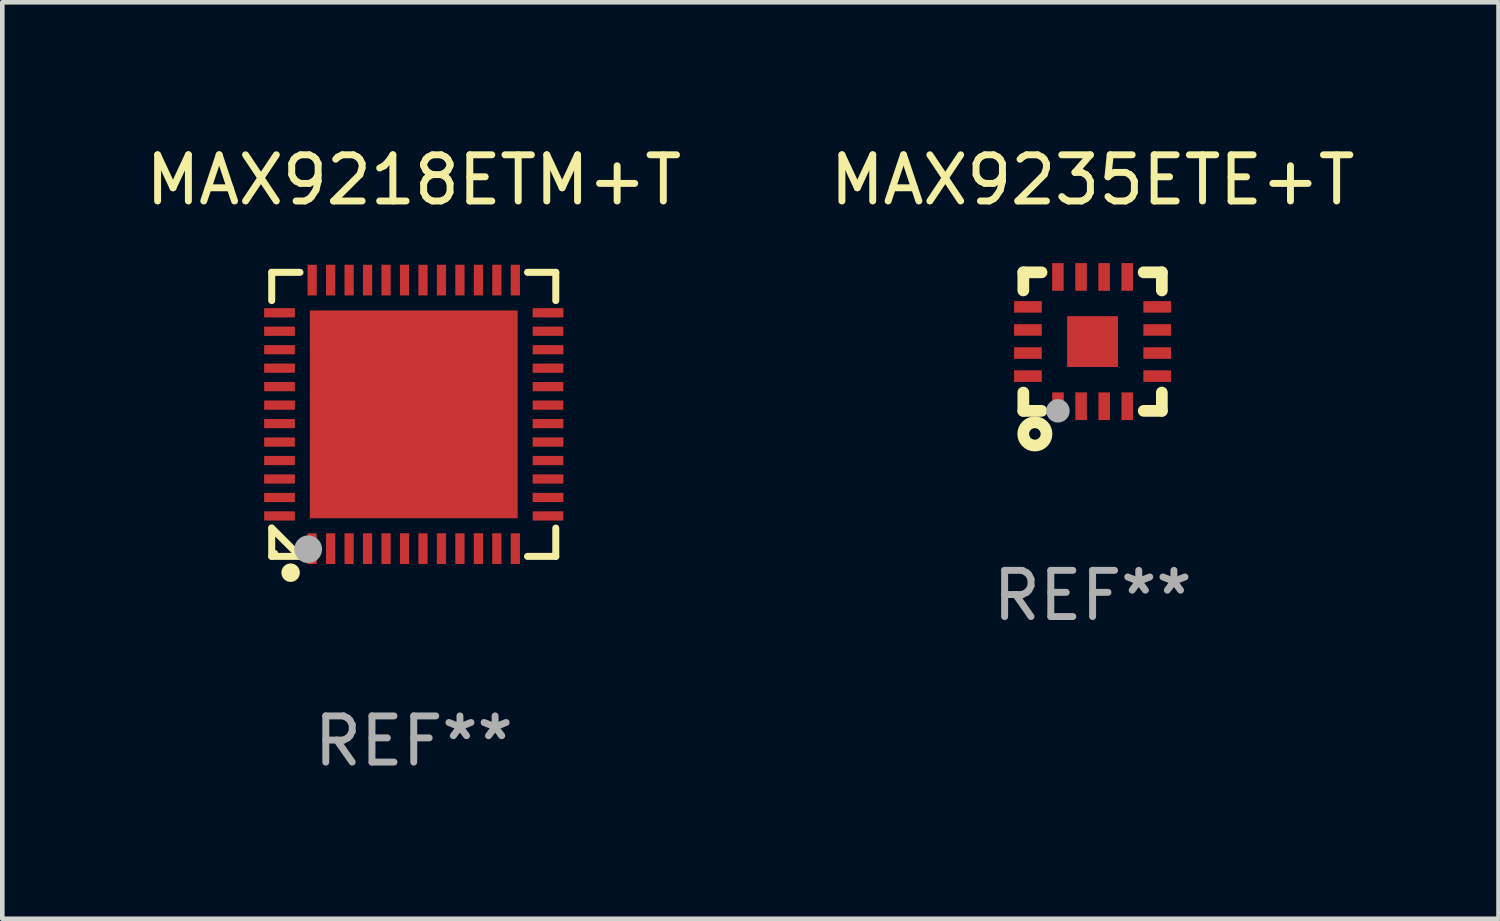
<source format=kicad_pcb>
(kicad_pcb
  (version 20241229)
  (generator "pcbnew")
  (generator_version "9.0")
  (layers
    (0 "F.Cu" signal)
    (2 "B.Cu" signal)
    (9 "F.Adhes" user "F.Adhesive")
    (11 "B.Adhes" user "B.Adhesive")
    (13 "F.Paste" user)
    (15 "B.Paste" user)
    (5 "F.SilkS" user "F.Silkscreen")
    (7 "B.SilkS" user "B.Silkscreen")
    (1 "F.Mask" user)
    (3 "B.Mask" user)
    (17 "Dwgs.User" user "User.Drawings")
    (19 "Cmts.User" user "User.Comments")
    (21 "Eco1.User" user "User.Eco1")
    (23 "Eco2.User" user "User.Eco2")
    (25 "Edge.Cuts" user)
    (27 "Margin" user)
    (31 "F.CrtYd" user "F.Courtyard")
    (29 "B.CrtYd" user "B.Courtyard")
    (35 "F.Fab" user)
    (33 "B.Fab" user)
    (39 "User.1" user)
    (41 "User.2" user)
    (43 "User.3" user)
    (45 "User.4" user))
  (footprint "MAX9235ETE+T"
    (layer "F.Cu")
    (at 20.613 4.348)
    (property "Reference" "MAX9235ETE+T" (at 0 -3.5 0) (layer "F.SilkS") (effects (font (size 1 1) (thickness 0.15))))
    (attr through_hole)
    (fp_line (start -1.5 -1.5) (end -1.5 -1.108) (stroke (width 0.254) (type solid)) (layer "F.SilkS"))
    (fp_line (start -1.5 -1.5) (end -1.105 -1.5) (stroke (width 0.254) (type solid)) (layer "F.SilkS"))
    (fp_line (start -1.5 1.104) (end -1.5 1.5) (stroke (width 0.254) (type solid)) (layer "F.SilkS"))
    (fp_line (start -1.5 1.5) (end -1.105 1.5) (stroke (width 0.254) (type solid)) (layer "F.SilkS"))
    (fp_line (start 1.106 -1.5) (end 1.5 -1.5) (stroke (width 0.254) (type solid)) (layer "F.SilkS"))
    (fp_line (start 1.108 1.5) (end 1.5 1.5) (stroke (width 0.254) (type solid)) (layer "F.SilkS"))
    (fp_line (start 1.5 -1.108) (end 1.5 -1.5) (stroke (width 0.254) (type solid)) (layer "F.SilkS"))
    (fp_line (start 1.5 1.5) (end 1.5 1.104) (stroke (width 0.254) (type solid)) (layer "F.SilkS"))
    (fp_circle (center -1.5 1.5) (end -1.47 1.5) (stroke (width 0.06) (type solid)) (fill no) (layer "F.SilkS"))
    (fp_circle (center -1.25 2) (end -1.125 2) (stroke (width 0.254) (type solid)) (fill no) (layer "F.SilkS"))
    (fp_circle (center -0.75 1.5) (end -0.623 1.5) (stroke (width 0.254) (type solid)) (fill no) (layer "F.Fab"))
    (fp_text user "REF**" (at 0 5.5 0) (layer "F.Fab") (effects (font (size 1 1) (thickness 0.15))))
    (pad "1" smd rect (at -0.749 1.4 180) (size 0.25 0.6) (layers "F.Cu" "F.Mask" "F.Paste"))
    (pad "2" smd rect (at -0.249 1.4 180) (size 0.25 0.6) (layers "F.Cu" "F.Mask" "F.Paste"))
    (pad "3" smd rect (at 0.251 1.4 180) (size 0.25 0.6) (layers "F.Cu" "F.Mask" "F.Paste"))
    (pad "4" smd rect (at 0.751 1.4 180) (size 0.25 0.6) (layers "F.Cu" "F.Mask" "F.Paste"))
    (pad "5" smd rect (at 1.4 0.748 270) (size 0.25 0.6) (layers "F.Cu" "F.Mask" "F.Paste"))
    (pad "6" smd rect (at 1.4 0.248 270) (size 0.25 0.6) (layers "F.Cu" "F.Mask" "F.Paste"))
    (pad "7" smd rect (at 1.4 -0.252 270) (size 0.25 0.6) (layers "F.Cu" "F.Mask" "F.Paste"))
    (pad "8" smd rect (at 1.4 -0.752 270) (size 0.25 0.6) (layers "F.Cu" "F.Mask" "F.Paste"))
    (pad "9" smd rect (at 0.75 -1.4) (size 0.25 0.6) (layers "F.Cu" "F.Mask" "F.Paste"))
    (pad "10" smd rect (at 0.25 -1.4) (size 0.25 0.6) (layers "F.Cu" "F.Mask" "F.Paste"))
    (pad "11" smd rect (at -0.25 -1.4) (size 0.25 0.6) (layers "F.Cu" "F.Mask" "F.Paste"))
    (pad "12" smd rect (at -0.751 -1.4) (size 0.25 0.6) (layers "F.Cu" "F.Mask" "F.Paste"))
    (pad "13" smd rect (at -1.4 -0.752 90) (size 0.25 0.6) (layers "F.Cu" "F.Mask" "F.Paste"))
    (pad "14" smd rect (at -1.4 -0.252 90) (size 0.25 0.6) (layers "F.Cu" "F.Mask" "F.Paste"))
    (pad "15" smd rect (at -1.4 0.248 90) (size 0.25 0.6) (layers "F.Cu" "F.Mask" "F.Paste"))
    (pad "16" smd rect (at -1.4 0.748 90) (size 0.25 0.6) (layers "F.Cu" "F.Mask" "F.Paste"))
    (pad "17" smd rect (at -0.000241 0.000013 90) (size 1.1 1.1) (layers "F.Cu" "F.Mask" "F.Paste")))
  (footprint "MAX9218ETM+T"
    (layer "F.Cu")
    (at 5.911 5.924)
    (property "Reference" "MAX9218ETM+T" (at 0 -5.076 0) (layer "F.SilkS") (effects (font (size 1 1) (thickness 0.15))))
    (attr through_hole)
    (fp_line (start -3.076 -3.076) (end -3.076 -2.464) (stroke (width 0.152) (type solid)) (layer "F.SilkS"))
    (fp_line (start -3.076 3.076) (end -3.076 2.464) (stroke (width 0.152) (type solid)) (layer "F.SilkS"))
    (fp_line (start -2.464 -3.076) (end -3.076 -3.076) (stroke (width 0.152) (type solid)) (layer "F.SilkS"))
    (fp_line (start -2.464 3.076) (end -3.076 2.464) (stroke (width 0.152) (type solid)) (layer "F.SilkS"))
    (fp_line (start -2.464 3.076) (end -3.076 3.076) (stroke (width 0.152) (type solid)) (layer "F.SilkS"))
    (fp_line (start 2.464 -3.076) (end 3.076 -3.076) (stroke (width 0.152) (type solid)) (layer "F.SilkS"))
    (fp_line (start 2.464 3.076) (end 3.076 3.076) (stroke (width 0.152) (type solid)) (layer "F.SilkS"))
    (fp_line (start 3.076 -3.076) (end 3.076 -2.464) (stroke (width 0.152) (type solid)) (layer "F.SilkS"))
    (fp_line (start 3.076 3.076) (end 3.076 2.464) (stroke (width 0.152) (type solid)) (layer "F.SilkS"))
    (fp_circle (center -3 3) (end -2.97 3) (stroke (width 0.06) (type solid)) (fill no) (layer "F.SilkS"))
    (fp_circle (center -2.667 3.429) (end -2.567 3.429) (stroke (width 0.2) (type solid)) (fill no) (layer "F.SilkS"))
    (fp_circle (center -2.286 2.921) (end -2.136 2.921) (stroke (width 0.3) (type solid)) (fill no) (layer "F.Fab"))
    (fp_text user "REF**" (at 0 7.076 0) (layer "F.Fab") (effects (font (size 1 1) (thickness 0.15))))
    (pad "1" smd rect (at -2.2 2.908) (size 0.2 0.665) (layers "F.Cu" "F.Mask" "F.Paste"))
    (pad "2" smd rect (at -1.8 2.908) (size 0.2 0.665) (layers "F.Cu" "F.Mask" "F.Paste"))
    (pad "3" smd rect (at -1.4 2.908) (size 0.2 0.665) (layers "F.Cu" "F.Mask" "F.Paste"))
    (pad "4" smd rect (at -1 2.908) (size 0.2 0.665) (layers "F.Cu" "F.Mask" "F.Paste"))
    (pad "5" smd rect (at -0.6 2.908) (size 0.2 0.665) (layers "F.Cu" "F.Mask" "F.Paste"))
    (pad "6" smd rect (at -0.2 2.908) (size 0.2 0.665) (layers "F.Cu" "F.Mask" "F.Paste"))
    (pad "7" smd rect (at 0.2 2.908) (size 0.2 0.665) (layers "F.Cu" "F.Mask" "F.Paste"))
    (pad "8" smd rect (at 0.6 2.908) (size 0.2 0.665) (layers "F.Cu" "F.Mask" "F.Paste"))
    (pad "9" smd rect (at 1 2.908) (size 0.2 0.665) (layers "F.Cu" "F.Mask" "F.Paste"))
    (pad "10" smd rect (at 1.4 2.908) (size 0.2 0.665) (layers "F.Cu" "F.Mask" "F.Paste"))
    (pad "11" smd rect (at 1.8 2.908) (size 0.2 0.665) (layers "F.Cu" "F.Mask" "F.Paste"))
    (pad "12" smd rect (at 2.2 2.908) (size 0.2 0.665) (layers "F.Cu" "F.Mask" "F.Paste"))
    (pad "13" smd rect (at 2.908 2.2) (size 0.665 0.2) (layers "F.Cu" "F.Mask" "F.Paste"))
    (pad "14" smd rect (at 2.908 1.8) (size 0.665 0.2) (layers "F.Cu" "F.Mask" "F.Paste"))
    (pad "15" smd rect (at 2.908 1.4) (size 0.665 0.2) (layers "F.Cu" "F.Mask" "F.Paste"))
    (pad "16" smd rect (at 2.908 1) (size 0.665 0.2) (layers "F.Cu" "F.Mask" "F.Paste"))
    (pad "17" smd rect (at 2.908 0.6) (size 0.665 0.2) (layers "F.Cu" "F.Mask" "F.Paste"))
    (pad "18" smd rect (at 2.908 0.2) (size 0.665 0.2) (layers "F.Cu" "F.Mask" "F.Paste"))
    (pad "19" smd rect (at 2.908 -0.2) (size 0.665 0.2) (layers "F.Cu" "F.Mask" "F.Paste"))
    (pad "20" smd rect (at 2.908 -0.6) (size 0.665 0.2) (layers "F.Cu" "F.Mask" "F.Paste"))
    (pad "21" smd rect (at 2.908 -1) (size 0.665 0.2) (layers "F.Cu" "F.Mask" "F.Paste"))
    (pad "22" smd rect (at 2.908 -1.4) (size 0.665 0.2) (layers "F.Cu" "F.Mask" "F.Paste"))
    (pad "23" smd rect (at 2.908 -1.8) (size 0.665 0.2) (layers "F.Cu" "F.Mask" "F.Paste"))
    (pad "24" smd rect (at 2.908 -2.2) (size 0.665 0.2) (layers "F.Cu" "F.Mask" "F.Paste"))
    (pad "25" smd rect (at 2.2 -2.908) (size 0.2 0.665) (layers "F.Cu" "F.Mask" "F.Paste"))
    (pad "26" smd rect (at 1.8 -2.908) (size 0.2 0.665) (layers "F.Cu" "F.Mask" "F.Paste"))
    (pad "27" smd rect (at 1.4 -2.908) (size 0.2 0.665) (layers "F.Cu" "F.Mask" "F.Paste"))
    (pad "28" smd rect (at 1 -2.908) (size 0.2 0.665) (layers "F.Cu" "F.Mask" "F.Paste"))
    (pad "29" smd rect (at 0.6 -2.908) (size 0.2 0.665) (layers "F.Cu" "F.Mask" "F.Paste"))
    (pad "30" smd rect (at 0.2 -2.908) (size 0.2 0.665) (layers "F.Cu" "F.Mask" "F.Paste"))
    (pad "31" smd rect (at -0.2 -2.908) (size 0.2 0.665) (layers "F.Cu" "F.Mask" "F.Paste"))
    (pad "32" smd rect (at -0.6 -2.908) (size 0.2 0.665) (layers "F.Cu" "F.Mask" "F.Paste"))
    (pad "33" smd rect (at -1 -2.908) (size 0.2 0.665) (layers "F.Cu" "F.Mask" "F.Paste"))
    (pad "34" smd rect (at -1.4 -2.908) (size 0.2 0.665) (layers "F.Cu" "F.Mask" "F.Paste"))
    (pad "35" smd rect (at -1.8 -2.908) (size 0.2 0.665) (layers "F.Cu" "F.Mask" "F.Paste"))
    (pad "36" smd rect (at -2.2 -2.908) (size 0.2 0.665) (layers "F.Cu" "F.Mask" "F.Paste"))
    (pad "37" smd rect (at -2.908 -2.2) (size 0.665 0.2) (layers "F.Cu" "F.Mask" "F.Paste"))
    (pad "38" smd rect (at -2.908 -1.8) (size 0.665 0.2) (layers "F.Cu" "F.Mask" "F.Paste"))
    (pad "39" smd rect (at -2.908 -1.4) (size 0.665 0.2) (layers "F.Cu" "F.Mask" "F.Paste"))
    (pad "40" smd rect (at -2.908 -1) (size 0.665 0.2) (layers "F.Cu" "F.Mask" "F.Paste"))
    (pad "41" smd rect (at -2.908 -0.6) (size 0.665 0.2) (layers "F.Cu" "F.Mask" "F.Paste"))
    (pad "42" smd rect (at -2.908 -0.2) (size 0.665 0.2) (layers "F.Cu" "F.Mask" "F.Paste"))
    (pad "43" smd rect (at -2.908 0.2) (size 0.665 0.2) (layers "F.Cu" "F.Mask" "F.Paste"))
    (pad "44" smd rect (at -2.908 0.6) (size 0.665 0.2) (layers "F.Cu" "F.Mask" "F.Paste"))
    (pad "45" smd rect (at -2.908 1) (size 0.665 0.2) (layers "F.Cu" "F.Mask" "F.Paste"))
    (pad "46" smd rect (at -2.908 1.4) (size 0.665 0.2) (layers "F.Cu" "F.Mask" "F.Paste"))
    (pad "47" smd rect (at -2.908 1.8) (size 0.665 0.2) (layers "F.Cu" "F.Mask" "F.Paste"))
    (pad "48" smd rect (at -2.908 2.2) (size 0.665 0.2) (layers "F.Cu" "F.Mask" "F.Paste"))
    (pad "49" smd rect (at 0 0) (size 4.5 4.5) (layers "F.Cu" "F.Mask" "F.Paste")))
  (gr_rect
    (start -3 -3)
    (end 29.405 16.849)
    (stroke (width 0.1) (type default))
    (fill no)
    (layer "Edge.Cuts")))
</source>
